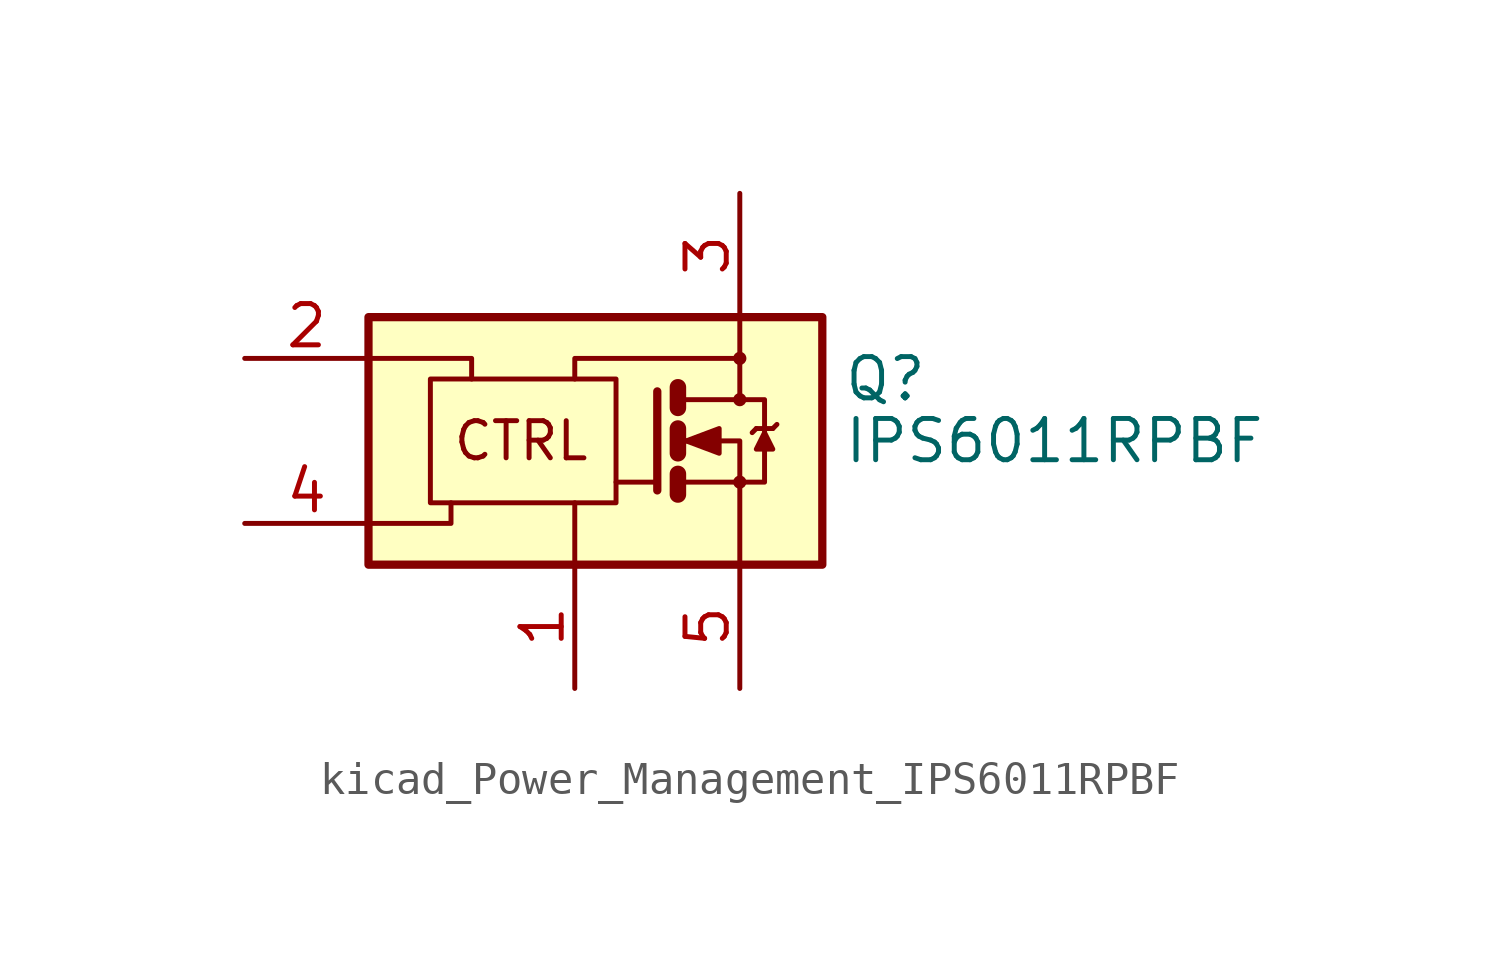
<source format=kicad_sym>
(kicad_symbol_lib
  (version 20220914)
  (generator kicad_symbol_editor)
  (symbol "kicad_Power_Management_IPS6011RPBF"
    (pin_names
      (offset 0) hide)
    (property "Reference" "Q"
      (at 8.255 1.905 0)
      (effects (font (size 1.27 1.27)) (justify left)))
    (property "Value" "IPS6011RPBF"
      (at 8.255 0 0)
      (effects (font (size 1.27 1.27)) (justify left)))
    (symbol "kicad_Power_Management_IPS6011RPBF_0_0"
      (rectangle (start -6.35 3.81) (end 7.62 -3.81) (stroke (width 0.254) (type default)) (fill (type background)))
      (polyline (pts (xy 0 -3.81) (xy 0 -1.905)) (stroke (width 0) (type default)) (fill (type none)))
      (polyline (pts (xy -6.35 -2.54) (xy -3.81 -2.54) (xy -3.81 -1.905)) (stroke (width 0) (type default)) (fill (type none)))
      (polyline (pts (xy -6.35 2.54) (xy -3.175 2.54) (xy -3.175 1.905)) (stroke (width 0) (type default)) (fill (type none)))
      (polyline (pts (xy 0 1.905) (xy 0 2.54) (xy 5.08 2.54)) (stroke (width 0) (type default)) (fill (type none)))
      (circle (center 5.08 2.54) (radius 0.127) (stroke (width 0) (type default)) (fill (type none)))
      (text "CTRL" (at -1.651 0 0) (effects (font (size 1.143 1.143)))))
    (symbol "kicad_Power_Management_IPS6011RPBF_0_1"
      (rectangle (start -4.445 1.905) (end 1.27 -1.905) (stroke (width 0) (type default)) (fill (type none)))
      (polyline (pts (xy 2.54 -1.27) (xy 1.27 -1.27)) (stroke (width 0) (type default)) (fill (type none)))
      (polyline (pts (xy 3.175 -1.27) (xy 5.08 -1.27)) (stroke (width 0) (type default)) (fill (type none)))
      (polyline (pts (xy 3.175 -1.016) (xy 3.175 -1.651)) (stroke (width 0.508) (type default)) (fill (type none)))
      (polyline (pts (xy 3.175 0.381) (xy 3.175 -0.381)) (stroke (width 0.508) (type default)) (fill (type none)))
      (polyline (pts (xy 3.175 1.651) (xy 3.175 1.016)) (stroke (width 0.508) (type default)) (fill (type none)))
      (polyline (pts (xy 5.588 0.381) (xy 5.461 0.254)) (stroke (width 0) (type default)) (fill (type none)))
      (polyline (pts (xy 5.588 0.381) (xy 6.096 0.381)) (stroke (width 0) (type default)) (fill (type none)))
      (polyline (pts (xy 6.096 0.381) (xy 6.223 0.508)) (stroke (width 0) (type default)) (fill (type none)))
      (polyline (pts (xy 2.54 1.524) (xy 2.54 -1.524) (xy 2.54 -1.524)) (stroke (width 0.254) (type default)) (fill (type none)))
      (polyline (pts (xy 3.175 0) (xy 5.08 0) (xy 5.08 -3.81)) (stroke (width 0) (type default)) (fill (type none)))
      (polyline (pts (xy 3.175 1.27) (xy 5.08 1.27) (xy 5.08 3.81)) (stroke (width 0) (type default)) (fill (type none)))
      (polyline (pts (xy 5.08 -1.27) (xy 5.842 -1.27) (xy 5.842 1.27) (xy 5.08 1.27)) (stroke (width 0) (type default)) (fill (type none)))
      (polyline (pts (xy 5.842 0.254) (xy 5.588 -0.254) (xy 6.096 -0.254) (xy 5.842 0.254)) (stroke (width 0) (type default)) (fill (type outline)))
      (polyline (pts (xy 3.429 0) (xy 4.445 0.381) (xy 4.445 -0.381) (xy 3.429 0) (xy 3.556 0) (xy 3.556 0)) (stroke (width 0) (type default)) (fill (type outline)))
      (circle (center 5.08 -1.27) (radius 0.127) (stroke (width 0) (type default)) (fill (type none)))
      (circle (center 5.08 1.27) (radius 0.127) (stroke (width 0) (type default)) (fill (type none))))
    (symbol "kicad_Power_Management_IPS6011RPBF_1_1"
      (pin power_in line (at 0 -7.62 90) (length 3.81) (name "GND" (effects (font (size 1.27 1.27)))) (number "1" (effects (font (size 1.27 1.27)))))
      (pin input line (at -10.16 2.54 0) (length 3.81) (name "IN" (effects (font (size 1.27 1.27)))) (number "2" (effects (font (size 1.27 1.27)))))
      (pin power_in line (at 5.08 7.62 270) (length 3.81) (name "VCC" (effects (font (size 1.27 1.27)))) (number "3" (effects (font (size 1.27 1.27)))))
      (pin bidirectional line (at -10.16 -2.54 0) (length 3.81) (name "DG" (effects (font (size 1.27 1.27)))) (number "4" (effects (font (size 1.27 1.27)))))
      (pin output line (at 5.08 -7.62 90) (length 3.81) (name "OUT" (effects (font (size 1.27 1.27)))) (number "5" (effects (font (size 1.27 1.27))))))))
</source>
